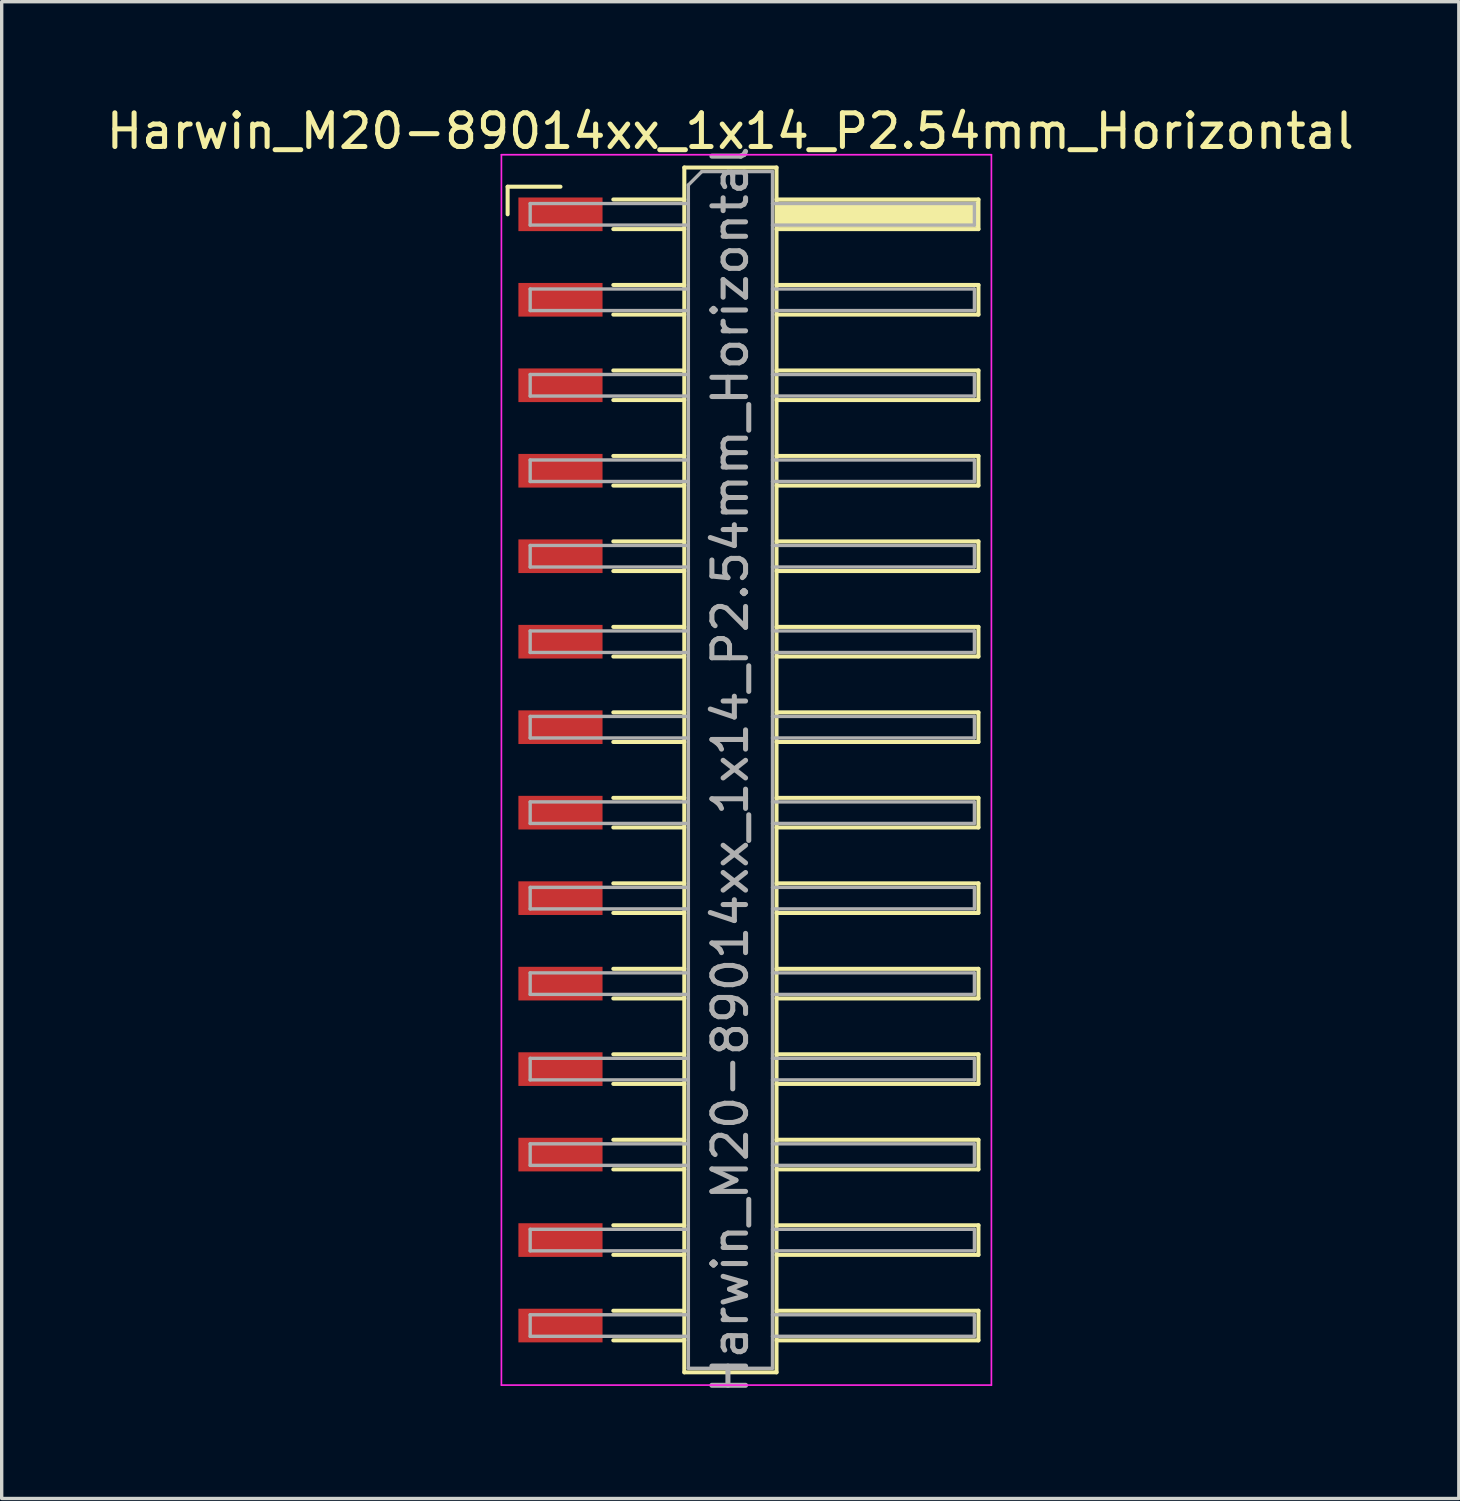
<source format=kicad_pcb>
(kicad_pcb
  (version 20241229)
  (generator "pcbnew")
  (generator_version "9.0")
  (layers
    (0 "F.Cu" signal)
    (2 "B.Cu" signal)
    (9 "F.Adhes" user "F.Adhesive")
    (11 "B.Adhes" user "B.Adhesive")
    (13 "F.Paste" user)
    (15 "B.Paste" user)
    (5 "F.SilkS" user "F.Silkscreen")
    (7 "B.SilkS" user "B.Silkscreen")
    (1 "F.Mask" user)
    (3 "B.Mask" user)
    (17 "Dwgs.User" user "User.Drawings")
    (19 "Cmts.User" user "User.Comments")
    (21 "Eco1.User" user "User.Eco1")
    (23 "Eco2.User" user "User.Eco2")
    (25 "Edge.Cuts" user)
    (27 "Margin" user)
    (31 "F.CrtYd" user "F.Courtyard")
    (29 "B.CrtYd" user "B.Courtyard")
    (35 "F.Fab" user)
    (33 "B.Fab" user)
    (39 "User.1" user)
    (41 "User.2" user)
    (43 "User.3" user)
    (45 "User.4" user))
  (footprint "Harwin_M20-89014xx_1x14_P2.54mm_Horizontal"
    (layer "F.Cu")
    (at 19.129 19.828)
    (property "Reference" "Harwin_M20-89014xx_1x14_P2.54mm_Horizontal" (at -0.48 -18.98 0) (layer "F.SilkS") (effects (font (size 1 1) (thickness 0.15))))
    (attr smd)
    (fp_line (start -7.095 -17.33) (end -5.525 -17.33) (stroke (width 0.12) (type solid)) (layer "F.SilkS"))
    (fp_line (start -7.095 -16.51) (end -7.095 -17.33) (stroke (width 0.12) (type solid)) (layer "F.SilkS"))
    (fp_line (start -3.955 -16.95) (end -1.845 -16.95) (stroke (width 0.12) (type solid)) (layer "F.SilkS"))
    (fp_line (start -3.955 -16.07) (end -1.845 -16.07) (stroke (width 0.12) (type solid)) (layer "F.SilkS"))
    (fp_line (start -3.955 -14.41) (end -1.845 -14.41) (stroke (width 0.12) (type solid)) (layer "F.SilkS"))
    (fp_line (start -3.955 -13.53) (end -1.845 -13.53) (stroke (width 0.12) (type solid)) (layer "F.SilkS"))
    (fp_line (start -3.955 -11.87) (end -1.845 -11.87) (stroke (width 0.12) (type solid)) (layer "F.SilkS"))
    (fp_line (start -3.955 -10.99) (end -1.845 -10.99) (stroke (width 0.12) (type solid)) (layer "F.SilkS"))
    (fp_line (start -3.955 -9.33) (end -1.845 -9.33) (stroke (width 0.12) (type solid)) (layer "F.SilkS"))
    (fp_line (start -3.955 -8.45) (end -1.845 -8.45) (stroke (width 0.12) (type solid)) (layer "F.SilkS"))
    (fp_line (start -3.955 -6.79) (end -1.845 -6.79) (stroke (width 0.12) (type solid)) (layer "F.SilkS"))
    (fp_line (start -3.955 -5.91) (end -1.845 -5.91) (stroke (width 0.12) (type solid)) (layer "F.SilkS"))
    (fp_line (start -3.955 -4.25) (end -1.845 -4.25) (stroke (width 0.12) (type solid)) (layer "F.SilkS"))
    (fp_line (start -3.955 -3.37) (end -1.845 -3.37) (stroke (width 0.12) (type solid)) (layer "F.SilkS"))
    (fp_line (start -3.955 -1.71) (end -1.845 -1.71) (stroke (width 0.12) (type solid)) (layer "F.SilkS"))
    (fp_line (start -3.955 -0.83) (end -1.845 -0.83) (stroke (width 0.12) (type solid)) (layer "F.SilkS"))
    (fp_line (start -3.955 0.83) (end -1.845 0.83) (stroke (width 0.12) (type solid)) (layer "F.SilkS"))
    (fp_line (start -3.955 1.71) (end -1.845 1.71) (stroke (width 0.12) (type solid)) (layer "F.SilkS"))
    (fp_line (start -3.955 3.37) (end -1.845 3.37) (stroke (width 0.12) (type solid)) (layer "F.SilkS"))
    (fp_line (start -3.955 4.25) (end -1.845 4.25) (stroke (width 0.12) (type solid)) (layer "F.SilkS"))
    (fp_line (start -3.955 5.91) (end -1.845 5.91) (stroke (width 0.12) (type solid)) (layer "F.SilkS"))
    (fp_line (start -3.955 6.79) (end -1.845 6.79) (stroke (width 0.12) (type solid)) (layer "F.SilkS"))
    (fp_line (start -3.955 8.45) (end -1.845 8.45) (stroke (width 0.12) (type solid)) (layer "F.SilkS"))
    (fp_line (start -3.955 9.33) (end -1.845 9.33) (stroke (width 0.12) (type solid)) (layer "F.SilkS"))
    (fp_line (start -3.955 10.99) (end -1.845 10.99) (stroke (width 0.12) (type solid)) (layer "F.SilkS"))
    (fp_line (start -3.955 11.87) (end -1.845 11.87) (stroke (width 0.12) (type solid)) (layer "F.SilkS"))
    (fp_line (start -3.955 13.53) (end -1.845 13.53) (stroke (width 0.12) (type solid)) (layer "F.SilkS"))
    (fp_line (start -3.955 14.41) (end -1.845 14.41) (stroke (width 0.12) (type solid)) (layer "F.SilkS"))
    (fp_line (start -3.955 16.07) (end -1.845 16.07) (stroke (width 0.12) (type solid)) (layer "F.SilkS"))
    (fp_line (start -3.955 16.95) (end -1.845 16.95) (stroke (width 0.12) (type solid)) (layer "F.SilkS"))
    (fp_line (start -1.845 -17.9) (end 0.895 -17.9) (stroke (width 0.12) (type solid)) (layer "F.SilkS"))
    (fp_line (start -1.845 17.9) (end -1.845 -17.9) (stroke (width 0.12) (type solid)) (layer "F.SilkS"))
    (fp_line (start 0.895 -17.9) (end 0.895 17.9) (stroke (width 0.12) (type solid)) (layer "F.SilkS"))
    (fp_line (start 0.895 -16.95) (end 6.895 -16.95) (stroke (width 0.12) (type solid)) (layer "F.SilkS"))
    (fp_line (start 0.895 -14.41) (end 6.895 -14.41) (stroke (width 0.12) (type solid)) (layer "F.SilkS"))
    (fp_line (start 0.895 -11.87) (end 6.895 -11.87) (stroke (width 0.12) (type solid)) (layer "F.SilkS"))
    (fp_line (start 0.895 -9.33) (end 6.895 -9.33) (stroke (width 0.12) (type solid)) (layer "F.SilkS"))
    (fp_line (start 0.895 -6.79) (end 6.895 -6.79) (stroke (width 0.12) (type solid)) (layer "F.SilkS"))
    (fp_line (start 0.895 -4.25) (end 6.895 -4.25) (stroke (width 0.12) (type solid)) (layer "F.SilkS"))
    (fp_line (start 0.895 -1.71) (end 6.895 -1.71) (stroke (width 0.12) (type solid)) (layer "F.SilkS"))
    (fp_line (start 0.895 0.83) (end 6.895 0.83) (stroke (width 0.12) (type solid)) (layer "F.SilkS"))
    (fp_line (start 0.895 3.37) (end 6.895 3.37) (stroke (width 0.12) (type solid)) (layer "F.SilkS"))
    (fp_line (start 0.895 5.91) (end 6.895 5.91) (stroke (width 0.12) (type solid)) (layer "F.SilkS"))
    (fp_line (start 0.895 8.45) (end 6.895 8.45) (stroke (width 0.12) (type solid)) (layer "F.SilkS"))
    (fp_line (start 0.895 10.99) (end 6.895 10.99) (stroke (width 0.12) (type solid)) (layer "F.SilkS"))
    (fp_line (start 0.895 13.53) (end 6.895 13.53) (stroke (width 0.12) (type solid)) (layer "F.SilkS"))
    (fp_line (start 0.895 16.07) (end 6.895 16.07) (stroke (width 0.12) (type solid)) (layer "F.SilkS"))
    (fp_line (start 0.895 17.9) (end -1.845 17.9) (stroke (width 0.12) (type solid)) (layer "F.SilkS"))
    (fp_line (start 6.895 -16.95) (end 6.895 -16.07) (stroke (width 0.12) (type solid)) (layer "F.SilkS"))
    (fp_line (start 6.895 -16.07) (end 0.895 -16.07) (stroke (width 0.12) (type solid)) (layer "F.SilkS"))
    (fp_line (start 6.895 -14.41) (end 6.895 -13.53) (stroke (width 0.12) (type solid)) (layer "F.SilkS"))
    (fp_line (start 6.895 -13.53) (end 0.895 -13.53) (stroke (width 0.12) (type solid)) (layer "F.SilkS"))
    (fp_line (start 6.895 -11.87) (end 6.895 -10.99) (stroke (width 0.12) (type solid)) (layer "F.SilkS"))
    (fp_line (start 6.895 -10.99) (end 0.895 -10.99) (stroke (width 0.12) (type solid)) (layer "F.SilkS"))
    (fp_line (start 6.895 -9.33) (end 6.895 -8.45) (stroke (width 0.12) (type solid)) (layer "F.SilkS"))
    (fp_line (start 6.895 -8.45) (end 0.895 -8.45) (stroke (width 0.12) (type solid)) (layer "F.SilkS"))
    (fp_line (start 6.895 -6.79) (end 6.895 -5.91) (stroke (width 0.12) (type solid)) (layer "F.SilkS"))
    (fp_line (start 6.895 -5.91) (end 0.895 -5.91) (stroke (width 0.12) (type solid)) (layer "F.SilkS"))
    (fp_line (start 6.895 -4.25) (end 6.895 -3.37) (stroke (width 0.12) (type solid)) (layer "F.SilkS"))
    (fp_line (start 6.895 -3.37) (end 0.895 -3.37) (stroke (width 0.12) (type solid)) (layer "F.SilkS"))
    (fp_line (start 6.895 -1.71) (end 6.895 -0.83) (stroke (width 0.12) (type solid)) (layer "F.SilkS"))
    (fp_line (start 6.895 -0.83) (end 0.895 -0.83) (stroke (width 0.12) (type solid)) (layer "F.SilkS"))
    (fp_line (start 6.895 0.83) (end 6.895 1.71) (stroke (width 0.12) (type solid)) (layer "F.SilkS"))
    (fp_line (start 6.895 1.71) (end 0.895 1.71) (stroke (width 0.12) (type solid)) (layer "F.SilkS"))
    (fp_line (start 6.895 3.37) (end 6.895 4.25) (stroke (width 0.12) (type solid)) (layer "F.SilkS"))
    (fp_line (start 6.895 4.25) (end 0.895 4.25) (stroke (width 0.12) (type solid)) (layer "F.SilkS"))
    (fp_line (start 6.895 5.91) (end 6.895 6.79) (stroke (width 0.12) (type solid)) (layer "F.SilkS"))
    (fp_line (start 6.895 6.79) (end 0.895 6.79) (stroke (width 0.12) (type solid)) (layer "F.SilkS"))
    (fp_line (start 6.895 8.45) (end 6.895 9.33) (stroke (width 0.12) (type solid)) (layer "F.SilkS"))
    (fp_line (start 6.895 9.33) (end 0.895 9.33) (stroke (width 0.12) (type solid)) (layer "F.SilkS"))
    (fp_line (start 6.895 10.99) (end 6.895 11.87) (stroke (width 0.12) (type solid)) (layer "F.SilkS"))
    (fp_line (start 6.895 11.87) (end 0.895 11.87) (stroke (width 0.12) (type solid)) (layer "F.SilkS"))
    (fp_line (start 6.895 13.53) (end 6.895 14.41) (stroke (width 0.12) (type solid)) (layer "F.SilkS"))
    (fp_line (start 6.895 14.41) (end 0.895 14.41) (stroke (width 0.12) (type solid)) (layer "F.SilkS"))
    (fp_line (start 6.895 16.07) (end 6.895 16.95) (stroke (width 0.12) (type solid)) (layer "F.SilkS"))
    (fp_line (start 6.895 16.95) (end 0.895 16.95) (stroke (width 0.12) (type solid)) (layer "F.SilkS"))
    (fp_line (start -7.28 -18.28) (end 7.28 -18.28) (stroke (width 0.05) (type solid)) (layer "F.CrtYd"))
    (fp_line (start -7.28 18.28) (end -7.28 -18.28) (stroke (width 0.05) (type solid)) (layer "F.CrtYd"))
    (fp_line (start 7.28 -18.28) (end 7.28 18.28) (stroke (width 0.05) (type solid)) (layer "F.CrtYd"))
    (fp_line (start 7.28 18.28) (end -7.28 18.28) (stroke (width 0.05) (type solid)) (layer "F.CrtYd"))
    (fp_line (start -6.425 -16.83) (end -6.425 -16.19) (stroke (width 0.1) (type solid)) (layer "F.Fab"))
    (fp_line (start -6.425 -16.19) (end -1.725 -16.19) (stroke (width 0.1) (type solid)) (layer "F.Fab"))
    (fp_line (start -6.425 -14.29) (end -6.425 -13.65) (stroke (width 0.1) (type solid)) (layer "F.Fab"))
    (fp_line (start -6.425 -13.65) (end -1.725 -13.65) (stroke (width 0.1) (type solid)) (layer "F.Fab"))
    (fp_line (start -6.425 -11.75) (end -6.425 -11.11) (stroke (width 0.1) (type solid)) (layer "F.Fab"))
    (fp_line (start -6.425 -11.11) (end -1.725 -11.11) (stroke (width 0.1) (type solid)) (layer "F.Fab"))
    (fp_line (start -6.425 -9.21) (end -6.425 -8.57) (stroke (width 0.1) (type solid)) (layer "F.Fab"))
    (fp_line (start -6.425 -8.57) (end -1.725 -8.57) (stroke (width 0.1) (type solid)) (layer "F.Fab"))
    (fp_line (start -6.425 -6.67) (end -6.425 -6.03) (stroke (width 0.1) (type solid)) (layer "F.Fab"))
    (fp_line (start -6.425 -6.03) (end -1.725 -6.03) (stroke (width 0.1) (type solid)) (layer "F.Fab"))
    (fp_line (start -6.425 -4.13) (end -6.425 -3.49) (stroke (width 0.1) (type solid)) (layer "F.Fab"))
    (fp_line (start -6.425 -3.49) (end -1.725 -3.49) (stroke (width 0.1) (type solid)) (layer "F.Fab"))
    (fp_line (start -6.425 -1.59) (end -6.425 -0.95) (stroke (width 0.1) (type solid)) (layer "F.Fab"))
    (fp_line (start -6.425 -0.95) (end -1.725 -0.95) (stroke (width 0.1) (type solid)) (layer "F.Fab"))
    (fp_line (start -6.425 0.95) (end -6.425 1.59) (stroke (width 0.1) (type solid)) (layer "F.Fab"))
    (fp_line (start -6.425 1.59) (end -1.725 1.59) (stroke (width 0.1) (type solid)) (layer "F.Fab"))
    (fp_line (start -6.425 3.49) (end -6.425 4.13) (stroke (width 0.1) (type solid)) (layer "F.Fab"))
    (fp_line (start -6.425 4.13) (end -1.725 4.13) (stroke (width 0.1) (type solid)) (layer "F.Fab"))
    (fp_line (start -6.425 6.03) (end -6.425 6.67) (stroke (width 0.1) (type solid)) (layer "F.Fab"))
    (fp_line (start -6.425 6.67) (end -1.725 6.67) (stroke (width 0.1) (type solid)) (layer "F.Fab"))
    (fp_line (start -6.425 8.57) (end -6.425 9.21) (stroke (width 0.1) (type solid)) (layer "F.Fab"))
    (fp_line (start -6.425 9.21) (end -1.725 9.21) (stroke (width 0.1) (type solid)) (layer "F.Fab"))
    (fp_line (start -6.425 11.11) (end -6.425 11.75) (stroke (width 0.1) (type solid)) (layer "F.Fab"))
    (fp_line (start -6.425 11.75) (end -1.725 11.75) (stroke (width 0.1) (type solid)) (layer "F.Fab"))
    (fp_line (start -6.425 13.65) (end -6.425 14.29) (stroke (width 0.1) (type solid)) (layer "F.Fab"))
    (fp_line (start -6.425 14.29) (end -1.725 14.29) (stroke (width 0.1) (type solid)) (layer "F.Fab"))
    (fp_line (start -6.425 16.19) (end -6.425 16.83) (stroke (width 0.1) (type solid)) (layer "F.Fab"))
    (fp_line (start -6.425 16.83) (end -1.725 16.83) (stroke (width 0.1) (type solid)) (layer "F.Fab"))
    (fp_line (start -1.725 -17.38) (end -1.325 -17.78) (stroke (width 0.1) (type solid)) (layer "F.Fab"))
    (fp_line (start -1.725 -16.83) (end -6.425 -16.83) (stroke (width 0.1) (type solid)) (layer "F.Fab"))
    (fp_line (start -1.725 -14.29) (end -6.425 -14.29) (stroke (width 0.1) (type solid)) (layer "F.Fab"))
    (fp_line (start -1.725 -11.75) (end -6.425 -11.75) (stroke (width 0.1) (type solid)) (layer "F.Fab"))
    (fp_line (start -1.725 -9.21) (end -6.425 -9.21) (stroke (width 0.1) (type solid)) (layer "F.Fab"))
    (fp_line (start -1.725 -6.67) (end -6.425 -6.67) (stroke (width 0.1) (type solid)) (layer "F.Fab"))
    (fp_line (start -1.725 -4.13) (end -6.425 -4.13) (stroke (width 0.1) (type solid)) (layer "F.Fab"))
    (fp_line (start -1.725 -1.59) (end -6.425 -1.59) (stroke (width 0.1) (type solid)) (layer "F.Fab"))
    (fp_line (start -1.725 0.95) (end -6.425 0.95) (stroke (width 0.1) (type solid)) (layer "F.Fab"))
    (fp_line (start -1.725 3.49) (end -6.425 3.49) (stroke (width 0.1) (type solid)) (layer "F.Fab"))
    (fp_line (start -1.725 6.03) (end -6.425 6.03) (stroke (width 0.1) (type solid)) (layer "F.Fab"))
    (fp_line (start -1.725 8.57) (end -6.425 8.57) (stroke (width 0.1) (type solid)) (layer "F.Fab"))
    (fp_line (start -1.725 11.11) (end -6.425 11.11) (stroke (width 0.1) (type solid)) (layer "F.Fab"))
    (fp_line (start -1.725 13.65) (end -6.425 13.65) (stroke (width 0.1) (type solid)) (layer "F.Fab"))
    (fp_line (start -1.725 16.19) (end -6.425 16.19) (stroke (width 0.1) (type solid)) (layer "F.Fab"))
    (fp_line (start -1.725 17.78) (end -1.725 -17.38) (stroke (width 0.1) (type solid)) (layer "F.Fab"))
    (fp_line (start -1.325 -17.78) (end 0.775 -17.78) (stroke (width 0.1) (type solid)) (layer "F.Fab"))
    (fp_line (start 0.775 -17.78) (end 0.775 17.78) (stroke (width 0.1) (type solid)) (layer "F.Fab"))
    (fp_line (start 0.775 -16.83) (end 6.775 -16.83) (stroke (width 0.1) (type solid)) (layer "F.Fab"))
    (fp_line (start 0.775 -14.29) (end 6.775 -14.29) (stroke (width 0.1) (type solid)) (layer "F.Fab"))
    (fp_line (start 0.775 -11.75) (end 6.775 -11.75) (stroke (width 0.1) (type solid)) (layer "F.Fab"))
    (fp_line (start 0.775 -9.21) (end 6.775 -9.21) (stroke (width 0.1) (type solid)) (layer "F.Fab"))
    (fp_line (start 0.775 -6.67) (end 6.775 -6.67) (stroke (width 0.1) (type solid)) (layer "F.Fab"))
    (fp_line (start 0.775 -4.13) (end 6.775 -4.13) (stroke (width 0.1) (type solid)) (layer "F.Fab"))
    (fp_line (start 0.775 -1.59) (end 6.775 -1.59) (stroke (width 0.1) (type solid)) (layer "F.Fab"))
    (fp_line (start 0.775 0.95) (end 6.775 0.95) (stroke (width 0.1) (type solid)) (layer "F.Fab"))
    (fp_line (start 0.775 3.49) (end 6.775 3.49) (stroke (width 0.1) (type solid)) (layer "F.Fab"))
    (fp_line (start 0.775 6.03) (end 6.775 6.03) (stroke (width 0.1) (type solid)) (layer "F.Fab"))
    (fp_line (start 0.775 8.57) (end 6.775 8.57) (stroke (width 0.1) (type solid)) (layer "F.Fab"))
    (fp_line (start 0.775 11.11) (end 6.775 11.11) (stroke (width 0.1) (type solid)) (layer "F.Fab"))
    (fp_line (start 0.775 13.65) (end 6.775 13.65) (stroke (width 0.1) (type solid)) (layer "F.Fab"))
    (fp_line (start 0.775 16.19) (end 6.775 16.19) (stroke (width 0.1) (type solid)) (layer "F.Fab"))
    (fp_line (start 0.775 17.78) (end -1.725 17.78) (stroke (width 0.1) (type solid)) (layer "F.Fab"))
    (fp_line (start 6.775 -16.83) (end 6.775 -16.19) (stroke (width 0.1) (type solid)) (layer "F.Fab"))
    (fp_line (start 6.775 -16.19) (end 0.775 -16.19) (stroke (width 0.1) (type solid)) (layer "F.Fab"))
    (fp_line (start 6.775 -14.29) (end 6.775 -13.65) (stroke (width 0.1) (type solid)) (layer "F.Fab"))
    (fp_line (start 6.775 -13.65) (end 0.775 -13.65) (stroke (width 0.1) (type solid)) (layer "F.Fab"))
    (fp_line (start 6.775 -11.75) (end 6.775 -11.11) (stroke (width 0.1) (type solid)) (layer "F.Fab"))
    (fp_line (start 6.775 -11.11) (end 0.775 -11.11) (stroke (width 0.1) (type solid)) (layer "F.Fab"))
    (fp_line (start 6.775 -9.21) (end 6.775 -8.57) (stroke (width 0.1) (type solid)) (layer "F.Fab"))
    (fp_line (start 6.775 -8.57) (end 0.775 -8.57) (stroke (width 0.1) (type solid)) (layer "F.Fab"))
    (fp_line (start 6.775 -6.67) (end 6.775 -6.03) (stroke (width 0.1) (type solid)) (layer "F.Fab"))
    (fp_line (start 6.775 -6.03) (end 0.775 -6.03) (stroke (width 0.1) (type solid)) (layer "F.Fab"))
    (fp_line (start 6.775 -4.13) (end 6.775 -3.49) (stroke (width 0.1) (type solid)) (layer "F.Fab"))
    (fp_line (start 6.775 -3.49) (end 0.775 -3.49) (stroke (width 0.1) (type solid)) (layer "F.Fab"))
    (fp_line (start 6.775 -1.59) (end 6.775 -0.95) (stroke (width 0.1) (type solid)) (layer "F.Fab"))
    (fp_line (start 6.775 -0.95) (end 0.775 -0.95) (stroke (width 0.1) (type solid)) (layer "F.Fab"))
    (fp_line (start 6.775 0.95) (end 6.775 1.59) (stroke (width 0.1) (type solid)) (layer "F.Fab"))
    (fp_line (start 6.775 1.59) (end 0.775 1.59) (stroke (width 0.1) (type solid)) (layer "F.Fab"))
    (fp_line (start 6.775 3.49) (end 6.775 4.13) (stroke (width 0.1) (type solid)) (layer "F.Fab"))
    (fp_line (start 6.775 4.13) (end 0.775 4.13) (stroke (width 0.1) (type solid)) (layer "F.Fab"))
    (fp_line (start 6.775 6.03) (end 6.775 6.67) (stroke (width 0.1) (type solid)) (layer "F.Fab"))
    (fp_line (start 6.775 6.67) (end 0.775 6.67) (stroke (width 0.1) (type solid)) (layer "F.Fab"))
    (fp_line (start 6.775 8.57) (end 6.775 9.21) (stroke (width 0.1) (type solid)) (layer "F.Fab"))
    (fp_line (start 6.775 9.21) (end 0.775 9.21) (stroke (width 0.1) (type solid)) (layer "F.Fab"))
    (fp_line (start 6.775 11.11) (end 6.775 11.75) (stroke (width 0.1) (type solid)) (layer "F.Fab"))
    (fp_line (start 6.775 11.75) (end 0.775 11.75) (stroke (width 0.1) (type solid)) (layer "F.Fab"))
    (fp_line (start 6.775 13.65) (end 6.775 14.29) (stroke (width 0.1) (type solid)) (layer "F.Fab"))
    (fp_line (start 6.775 14.29) (end 0.775 14.29) (stroke (width 0.1) (type solid)) (layer "F.Fab"))
    (fp_line (start 6.775 16.19) (end 6.775 16.83) (stroke (width 0.1) (type solid)) (layer "F.Fab"))
    (fp_line (start 6.775 16.83) (end 0.775 16.83) (stroke (width 0.1) (type solid)) (layer "F.Fab"))
    (fp_text user "${REFERENCE}" (at -0.48 0 90) (layer "F.Fab") (effects (font (size 1 1) (thickness 0.15))))
    (pad "" smd rect (at 3.895 -16.51) (size 6 0.76) (layers "F.SilkS"))
    (pad "1" smd rect (at -5.525 -16.51) (size 2.5 1) (layers "F.Cu" "F.Mask" "F.Paste"))
    (pad "2" smd rect (at -5.525 -13.97) (size 2.5 1) (layers "F.Cu" "F.Mask" "F.Paste"))
    (pad "3" smd rect (at -5.525 -11.43) (size 2.5 1) (layers "F.Cu" "F.Mask" "F.Paste"))
    (pad "4" smd rect (at -5.525 -8.89) (size 2.5 1) (layers "F.Cu" "F.Mask" "F.Paste"))
    (pad "5" smd rect (at -5.525 -6.35) (size 2.5 1) (layers "F.Cu" "F.Mask" "F.Paste"))
    (pad "6" smd rect (at -5.525 -3.81) (size 2.5 1) (layers "F.Cu" "F.Mask" "F.Paste"))
    (pad "7" smd rect (at -5.525 -1.27) (size 2.5 1) (layers "F.Cu" "F.Mask" "F.Paste"))
    (pad "8" smd rect (at -5.525 1.27) (size 2.5 1) (layers "F.Cu" "F.Mask" "F.Paste"))
    (pad "9" smd rect (at -5.525 3.81) (size 2.5 1) (layers "F.Cu" "F.Mask" "F.Paste"))
    (pad "10" smd rect (at -5.525 6.35) (size 2.5 1) (layers "F.Cu" "F.Mask" "F.Paste"))
    (pad "11" smd rect (at -5.525 8.89) (size 2.5 1) (layers "F.Cu" "F.Mask" "F.Paste"))
    (pad "12" smd rect (at -5.525 11.43) (size 2.5 1) (layers "F.Cu" "F.Mask" "F.Paste"))
    (pad "13" smd rect (at -5.525 13.97) (size 2.5 1) (layers "F.Cu" "F.Mask" "F.Paste"))
    (pad "14" smd rect (at -5.525 16.51) (size 2.5 1) (layers "F.Cu" "F.Mask" "F.Paste")))
  (gr_rect
    (start -3 -3)
    (end 40.298 41.477)
    (stroke (width 0.1) (type default))
    (fill no)
    (layer "Edge.Cuts")))
</source>
